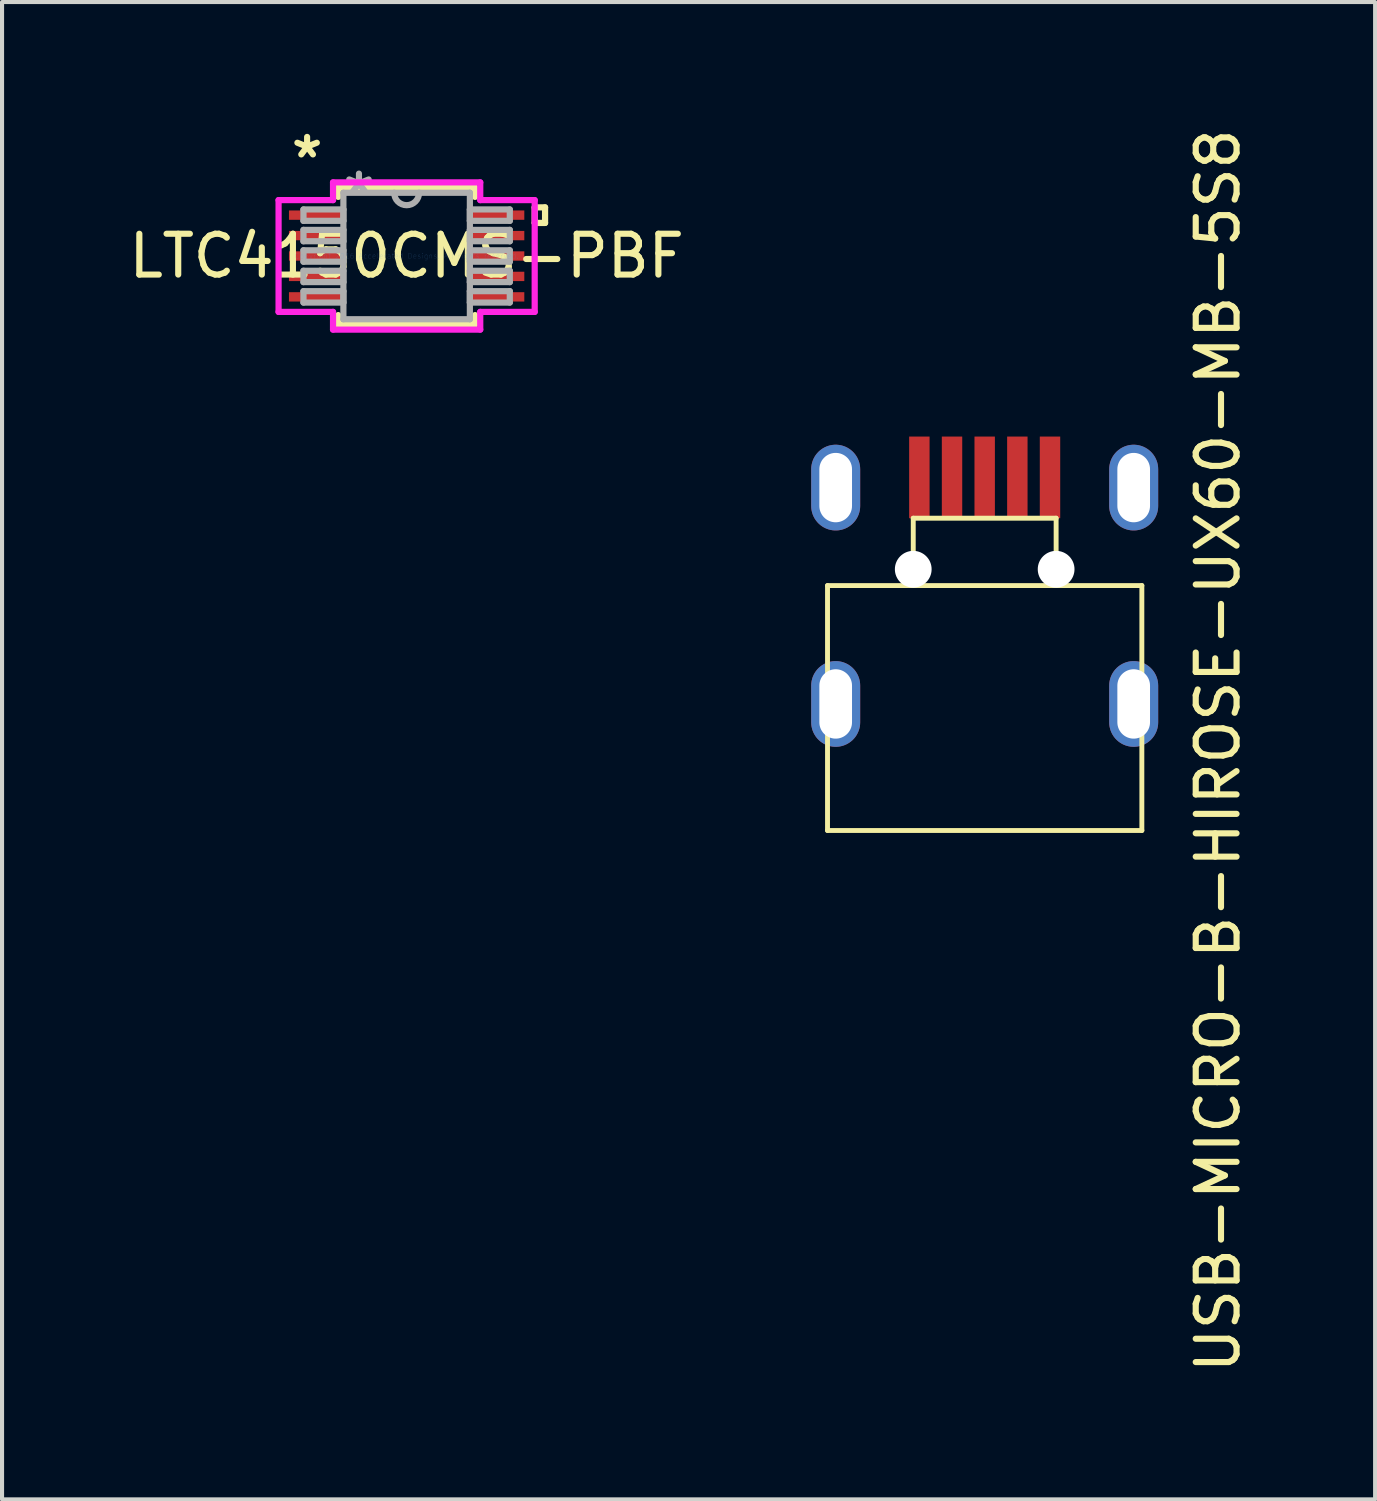
<source format=kicad_pcb>
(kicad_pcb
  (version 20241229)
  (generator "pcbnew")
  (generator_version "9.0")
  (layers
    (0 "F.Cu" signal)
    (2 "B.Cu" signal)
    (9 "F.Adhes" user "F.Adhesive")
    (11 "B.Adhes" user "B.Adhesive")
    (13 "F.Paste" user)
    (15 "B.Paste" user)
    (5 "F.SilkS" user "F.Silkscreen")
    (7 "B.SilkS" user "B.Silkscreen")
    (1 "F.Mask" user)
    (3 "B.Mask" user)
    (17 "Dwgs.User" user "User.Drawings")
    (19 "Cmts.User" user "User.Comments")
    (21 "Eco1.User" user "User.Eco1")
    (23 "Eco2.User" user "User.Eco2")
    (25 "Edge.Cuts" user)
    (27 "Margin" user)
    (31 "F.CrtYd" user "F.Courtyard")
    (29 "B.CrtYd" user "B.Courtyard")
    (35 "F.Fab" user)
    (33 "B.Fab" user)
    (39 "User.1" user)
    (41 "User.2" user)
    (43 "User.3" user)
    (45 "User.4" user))
  (footprint "USB-MICRO-B-HIROSE-UX60-MB-5S8"
    (layer "F.Cu")
    (at 21.071 10.894)
    (property "Reference" "USB-MICRO-B-HIROSE-UX60-MB-5S8" (at 5.715 4.445 90) (layer "F.SilkS") (effects (font (size 1 1) (thickness 0.15))))
    (attr through_hole)
    (fp_line (start -3.85 0.4) (end -3.85 6.4) (stroke (width 0.12) (type solid)) (layer "F.SilkS"))
    (fp_line (start -1.75 0.4) (end -1.75 -1.25) (stroke (width 0.12) (type solid)) (layer "F.SilkS"))
    (fp_line (start 1.75 -1.25) (end -1.75 -1.25) (stroke (width 0.12) (type solid)) (layer "F.SilkS"))
    (fp_line (start 1.75 0.4) (end 1.75 -1.25) (stroke (width 0.12) (type solid)) (layer "F.SilkS"))
    (fp_line (start 3.85 0.4) (end -3.85 0.4) (stroke (width 0.12) (type solid)) (layer "F.SilkS"))
    (fp_line (start 3.85 0.4) (end 3.85 6.4) (stroke (width 0.12) (type solid)) (layer "F.SilkS"))
    (fp_line (start 3.85 6.4) (end -3.85 6.4) (stroke (width 0.12) (type solid)) (layer "F.SilkS"))
    (pad "" np_thru_hole circle (at -1.75 0) (size 0.9 0.9) (drill 0.9) (layers "*.Cu" "*.Mask"))
    (pad "" np_thru_hole circle (at 1.75 0) (size 0.9 0.9) (drill 0.9) (layers "*.Cu" "*.Mask"))
    (pad "1" smd rect (at -1.6 -2.25) (size 0.5 2) (layers "F.Cu" "F.Mask" "F.Paste"))
    (pad "2" smd rect (at -0.8 -2.25) (size 0.5 2) (layers "F.Cu" "F.Mask" "F.Paste"))
    (pad "3" smd rect (at 0 -2.25) (size 0.5 2) (layers "F.Cu" "F.Mask" "F.Paste"))
    (pad "4" smd rect (at 0.8 -2.25) (size 0.5 2) (layers "F.Cu" "F.Mask" "F.Paste"))
    (pad "5" smd rect (at 1.6 -2.25) (size 0.5 2) (layers "F.Cu" "F.Mask" "F.Paste"))
    (pad "6" thru_hole oval (at -3.65 -2) (size 1.2 2.1) (drill oval 0.8 1.7) (layers "*.Cu" "*.Mask"))
    (pad "6" thru_hole oval (at -3.65 3.3) (size 1.2 2.1) (drill oval 0.8 1.7) (layers "*.Cu" "*.Mask"))
    (pad "6" thru_hole oval (at 3.65 -2) (size 1.2 2.1) (drill oval 0.8 1.7) (layers "*.Cu" "*.Mask"))
    (pad "6" thru_hole oval (at 3.65 3.3) (size 1.2 2.1) (drill oval 0.8 1.7) (layers "*.Cu" "*.Mask")))
  (footprint "LTC4150CMS-PBF"
    (layer "F.Cu")
    (at 6.911 3.221)
    (property "Reference" "LTC4150CMS-PBF" (at 0 0 0) (layer "F.SilkS") (effects (font (size 1 1) (thickness 0.15))))
    (attr through_hole)
    (fp_line (start -1.676 -1.676) (end -1.676 -1.448) (stroke (width 0.152) (type solid)) (layer "F.SilkS"))
    (fp_line (start -1.676 1.448) (end -1.676 1.676) (stroke (width 0.152) (type solid)) (layer "F.SilkS"))
    (fp_line (start -1.676 1.676) (end 1.676 1.676) (stroke (width 0.152) (type solid)) (layer "F.SilkS"))
    (fp_line (start 1.676 -1.676) (end -1.676 -1.676) (stroke (width 0.152) (type solid)) (layer "F.SilkS"))
    (fp_line (start 1.676 -1.448) (end 1.676 -1.676) (stroke (width 0.152) (type solid)) (layer "F.SilkS"))
    (fp_line (start 1.676 1.676) (end 1.676 1.448) (stroke (width 0.152) (type solid)) (layer "F.SilkS"))
    (fp_line (start 3.137 -1.191) (end 3.391 -1.191) (stroke (width 0.152) (type solid)) (layer "F.SilkS"))
    (fp_line (start 3.137 -0.81) (end 3.137 -1.191) (stroke (width 0.152) (type solid)) (layer "F.SilkS"))
    (fp_line (start 3.391 -1.191) (end 3.391 -0.81) (stroke (width 0.152) (type solid)) (layer "F.SilkS"))
    (fp_line (start 3.391 -0.81) (end 3.137 -0.81) (stroke (width 0.152) (type solid)) (layer "F.SilkS"))
    (fp_line (start -3.137 -1.369) (end -1.803 -1.369) (stroke (width 0.152) (type solid)) (layer "F.CrtYd"))
    (fp_line (start -3.137 1.369) (end -3.137 -1.369) (stroke (width 0.152) (type solid)) (layer "F.CrtYd"))
    (fp_line (start -1.803 -1.803) (end 1.803 -1.803) (stroke (width 0.152) (type solid)) (layer "F.CrtYd"))
    (fp_line (start -1.803 -1.369) (end -1.803 -1.803) (stroke (width 0.152) (type solid)) (layer "F.CrtYd"))
    (fp_line (start -1.803 1.369) (end -3.137 1.369) (stroke (width 0.152) (type solid)) (layer "F.CrtYd"))
    (fp_line (start -1.803 1.803) (end -1.803 1.369) (stroke (width 0.152) (type solid)) (layer "F.CrtYd"))
    (fp_line (start 1.803 -1.803) (end 1.803 -1.369) (stroke (width 0.152) (type solid)) (layer "F.CrtYd"))
    (fp_line (start 1.803 -1.369) (end 3.137 -1.369) (stroke (width 0.152) (type solid)) (layer "F.CrtYd"))
    (fp_line (start 1.803 1.369) (end 1.803 1.803) (stroke (width 0.152) (type solid)) (layer "F.CrtYd"))
    (fp_line (start 1.803 1.803) (end -1.803 1.803) (stroke (width 0.152) (type solid)) (layer "F.CrtYd"))
    (fp_line (start 3.137 -1.369) (end 3.137 1.369) (stroke (width 0.152) (type solid)) (layer "F.CrtYd"))
    (fp_line (start 3.137 1.369) (end 1.803 1.369) (stroke (width 0.152) (type solid)) (layer "F.CrtYd"))
    (fp_line (start -2.527 -1.14) (end -2.527 -0.861) (stroke (width 0.152) (type solid)) (layer "F.Fab"))
    (fp_line (start -2.527 -0.861) (end -1.549 -0.861) (stroke (width 0.152) (type solid)) (layer "F.Fab"))
    (fp_line (start -2.527 -0.64) (end -2.527 -0.361) (stroke (width 0.152) (type solid)) (layer "F.Fab"))
    (fp_line (start -2.527 -0.361) (end -1.549 -0.361) (stroke (width 0.152) (type solid)) (layer "F.Fab"))
    (fp_line (start -2.527 -0.14) (end -2.527 0.14) (stroke (width 0.152) (type solid)) (layer "F.Fab"))
    (fp_line (start -2.527 0.14) (end -1.549 0.14) (stroke (width 0.152) (type solid)) (layer "F.Fab"))
    (fp_line (start -2.527 0.361) (end -2.527 0.64) (stroke (width 0.152) (type solid)) (layer "F.Fab"))
    (fp_line (start -2.527 0.64) (end -1.549 0.64) (stroke (width 0.152) (type solid)) (layer "F.Fab"))
    (fp_line (start -2.527 0.861) (end -2.527 1.14) (stroke (width 0.152) (type solid)) (layer "F.Fab"))
    (fp_line (start -2.527 1.14) (end -1.549 1.14) (stroke (width 0.152) (type solid)) (layer "F.Fab"))
    (fp_line (start -1.549 -1.549) (end -1.549 1.549) (stroke (width 0.152) (type solid)) (layer "F.Fab"))
    (fp_line (start -1.549 -1.14) (end -2.527 -1.14) (stroke (width 0.152) (type solid)) (layer "F.Fab"))
    (fp_line (start -1.549 -0.861) (end -1.549 -1.14) (stroke (width 0.152) (type solid)) (layer "F.Fab"))
    (fp_line (start -1.549 -0.64) (end -2.527 -0.64) (stroke (width 0.152) (type solid)) (layer "F.Fab"))
    (fp_line (start -1.549 -0.361) (end -1.549 -0.64) (stroke (width 0.152) (type solid)) (layer "F.Fab"))
    (fp_line (start -1.549 -0.14) (end -2.527 -0.14) (stroke (width 0.152) (type solid)) (layer "F.Fab"))
    (fp_line (start -1.549 0.14) (end -1.549 -0.14) (stroke (width 0.152) (type solid)) (layer "F.Fab"))
    (fp_line (start -1.549 0.361) (end -2.527 0.361) (stroke (width 0.152) (type solid)) (layer "F.Fab"))
    (fp_line (start -1.549 0.64) (end -1.549 0.361) (stroke (width 0.152) (type solid)) (layer "F.Fab"))
    (fp_line (start -1.549 0.861) (end -2.527 0.861) (stroke (width 0.152) (type solid)) (layer "F.Fab"))
    (fp_line (start -1.549 1.14) (end -1.549 0.861) (stroke (width 0.152) (type solid)) (layer "F.Fab"))
    (fp_line (start -1.549 1.549) (end 1.549 1.549) (stroke (width 0.152) (type solid)) (layer "F.Fab"))
    (fp_line (start 1.549 -1.549) (end -1.549 -1.549) (stroke (width 0.152) (type solid)) (layer "F.Fab"))
    (fp_line (start 1.549 -1.14) (end 1.549 -0.861) (stroke (width 0.152) (type solid)) (layer "F.Fab"))
    (fp_line (start 1.549 -0.861) (end 2.527 -0.861) (stroke (width 0.152) (type solid)) (layer "F.Fab"))
    (fp_line (start 1.549 -0.64) (end 1.549 -0.361) (stroke (width 0.152) (type solid)) (layer "F.Fab"))
    (fp_line (start 1.549 -0.361) (end 2.527 -0.361) (stroke (width 0.152) (type solid)) (layer "F.Fab"))
    (fp_line (start 1.549 -0.14) (end 1.549 0.14) (stroke (width 0.152) (type solid)) (layer "F.Fab"))
    (fp_line (start 1.549 0.14) (end 2.527 0.14) (stroke (width 0.152) (type solid)) (layer "F.Fab"))
    (fp_line (start 1.549 0.361) (end 1.549 0.64) (stroke (width 0.152) (type solid)) (layer "F.Fab"))
    (fp_line (start 1.549 0.64) (end 2.527 0.64) (stroke (width 0.152) (type solid)) (layer "F.Fab"))
    (fp_line (start 1.549 0.861) (end 1.549 1.14) (stroke (width 0.152) (type solid)) (layer "F.Fab"))
    (fp_line (start 1.549 1.14) (end 2.527 1.14) (stroke (width 0.152) (type solid)) (layer "F.Fab"))
    (fp_line (start 1.549 1.549) (end 1.549 -1.549) (stroke (width 0.152) (type solid)) (layer "F.Fab"))
    (fp_line (start 2.527 -1.14) (end 1.549 -1.14) (stroke (width 0.152) (type solid)) (layer "F.Fab"))
    (fp_line (start 2.527 -0.861) (end 2.527 -1.14) (stroke (width 0.152) (type solid)) (layer "F.Fab"))
    (fp_line (start 2.527 -0.64) (end 1.549 -0.64) (stroke (width 0.152) (type solid)) (layer "F.Fab"))
    (fp_line (start 2.527 -0.361) (end 2.527 -0.64) (stroke (width 0.152) (type solid)) (layer "F.Fab"))
    (fp_line (start 2.527 -0.14) (end 1.549 -0.14) (stroke (width 0.152) (type solid)) (layer "F.Fab"))
    (fp_line (start 2.527 0.14) (end 2.527 -0.14) (stroke (width 0.152) (type solid)) (layer "F.Fab"))
    (fp_line (start 2.527 0.361) (end 1.549 0.361) (stroke (width 0.152) (type solid)) (layer "F.Fab"))
    (fp_line (start 2.527 0.64) (end 2.527 0.361) (stroke (width 0.152) (type solid)) (layer "F.Fab"))
    (fp_line (start 2.527 0.861) (end 1.549 0.861) (stroke (width 0.152) (type solid)) (layer "F.Fab"))
    (fp_line (start 2.527 1.14) (end 2.527 0.861) (stroke (width 0.152) (type solid)) (layer "F.Fab"))
    (fp_arc (start 0.3048 -1.5494) (mid 0 -1.2446) (end -0.3048 -1.5494) (stroke (width 0.1524) (type solid)) (layer "F.Fab"))
    (fp_text user "*" (at -2.438 -2.372 0) (layer "F.SilkS") (effects (font (size 1 1) (thickness 0.15))))
    (fp_text user "Copyright 2016 Accelerated Designs. All rights reserved." (at 0 0 0) (layer "Cmts.User") (effects (font (size 0.127 0.127) (thickness 0.002))))
    (fp_text user "*" (at -1.168 -1.473 0) (layer "F.Fab") (effects (font (size 1 1) (thickness 0.15))))
    (pad "1" smd rect (at -2.184 -1.001) (size 1.397 0.229) (layers "F.Cu" "F.Mask" "F.Paste"))
    (pad "2" smd rect (at -2.184 -0.5) (size 1.397 0.229) (layers "F.Cu" "F.Mask" "F.Paste"))
    (pad "3" smd rect (at -2.184 0) (size 1.397 0.229) (layers "F.Cu" "F.Mask" "F.Paste"))
    (pad "4" smd rect (at -2.184 0.5) (size 1.397 0.229) (layers "F.Cu" "F.Mask" "F.Paste"))
    (pad "5" smd rect (at -2.184 1.001) (size 1.397 0.229) (layers "F.Cu" "F.Mask" "F.Paste"))
    (pad "6" smd rect (at 2.184 1.001) (size 1.397 0.229) (layers "F.Cu" "F.Mask" "F.Paste"))
    (pad "7" smd rect (at 2.184 0.5) (size 1.397 0.229) (layers "F.Cu" "F.Mask" "F.Paste"))
    (pad "8" smd rect (at 2.184 0) (size 1.397 0.229) (layers "F.Cu" "F.Mask" "F.Paste"))
    (pad "9" smd rect (at 2.184 -0.5) (size 1.397 0.229) (layers "F.Cu" "F.Mask" "F.Paste"))
    (pad "10" smd rect (at 2.184 -1.001) (size 1.397 0.229) (layers "F.Cu" "F.Mask" "F.Paste")))
  (gr_rect
    (start -3 -3)
    (end 30.635 33.679)
    (stroke (width 0.1) (type default))
    (fill no)
    (layer "Edge.Cuts")))
</source>
